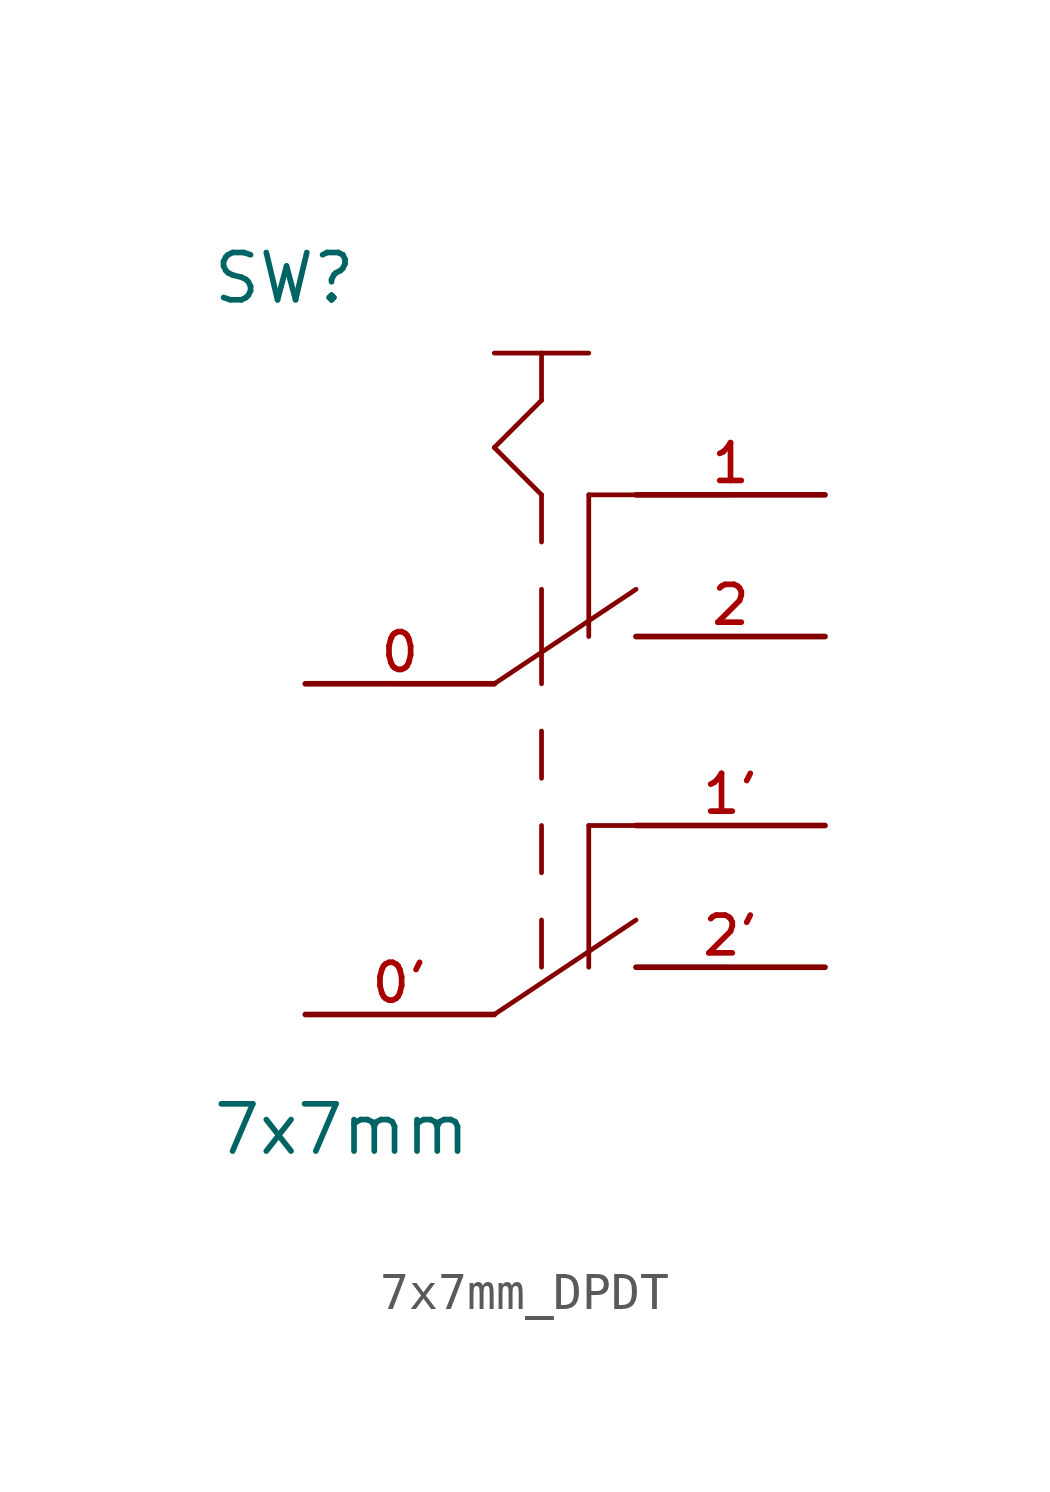
<source format=kicad_sym>
(kicad_symbol_lib
  (version 20231120)
  (generator "kicad_symbol_editor")
  (generator_version "8.0")
  (symbol "7x7mm_DPDT"
    (pin_names
      (offset 1.016) hide)
    (property "Reference" "SW"
      (at -8.89 3.81 0)
      (effects (font (size 1.27 1.27)) (justify left bottom)))
    (property "Value" "7x7mm"
      (at -8.89 -19.075 0)
      (effects (font (size 1.27 1.27)) (justify left bottom)))
    (symbol "7x7mm_DPDT_0_0"
      (polyline (pts (xy -1.27 -15.24) (xy -3.81 -15.24)) (stroke (width 0.127) (type solid)) (fill (type none)))
      (polyline (pts (xy -1.27 -6.35) (xy -3.81 -6.35)) (stroke (width 0.127) (type solid)) (fill (type none)))
      (polyline (pts (xy -1.27 0) (xy 0 -1.27)) (stroke (width 0.127) (type solid)) (fill (type none)))
      (polyline (pts (xy -1.27 2.54) (xy 0 2.54)) (stroke (width 0.127) (type solid)) (fill (type none)))
      (polyline (pts (xy 0 -12.7) (xy 0 -13.97)) (stroke (width 0.127) (type solid)) (fill (type none)))
      (polyline (pts (xy 0 -10.16) (xy 0 -11.43)) (stroke (width 0.127) (type solid)) (fill (type none)))
      (polyline (pts (xy 0 -7.62) (xy 0 -8.89)) (stroke (width 0.127) (type solid)) (fill (type none)))
      (polyline (pts (xy 0 -3.81) (xy 0 -6.35)) (stroke (width 0.127) (type solid)) (fill (type none)))
      (polyline (pts (xy 0 -1.27) (xy 0 -2.54)) (stroke (width 0.127) (type solid)) (fill (type none)))
      (polyline (pts (xy 0 1.27) (xy -1.27 0)) (stroke (width 0.127) (type solid)) (fill (type none)))
      (polyline (pts (xy 0 2.54) (xy 0 1.27)) (stroke (width 0.127) (type solid)) (fill (type none)))
      (polyline (pts (xy 0 2.54) (xy 1.27 2.54)) (stroke (width 0.127) (type solid)) (fill (type none)))
      (polyline (pts (xy 1.27 -13.97) (xy 1.27 -10.16)) (stroke (width 0.127) (type solid)) (fill (type none)))
      (polyline (pts (xy 1.27 -10.16) (xy 5.08 -10.16)) (stroke (width 0.127) (type solid)) (fill (type none)))
      (polyline (pts (xy 1.27 -1.27) (xy 1.27 -5.08)) (stroke (width 0.127) (type solid)) (fill (type none)))
      (polyline (pts (xy 1.27 -1.27) (xy 5.08 -1.27)) (stroke (width 0.127) (type solid)) (fill (type none)))
      (polyline (pts (xy 2.54 -13.97) (xy 5.08 -13.97)) (stroke (width 0.127) (type solid)) (fill (type none)))
      (polyline (pts (xy 2.54 -12.7) (xy -1.27 -15.24)) (stroke (width 0.127) (type solid)) (fill (type none)))
      (polyline (pts (xy 2.54 -5.08) (xy 5.08 -5.08)) (stroke (width 0.127) (type solid)) (fill (type none)))
      (polyline (pts (xy 2.54 -3.81) (xy -1.27 -6.35)) (stroke (width 0.127) (type solid)) (fill (type none)))
      (pin passive line (at -6.35 -6.35 0) (length 5.08) (name "~" (effects (font (size 1.016 1.016)))) (number "0" (effects (font (size 1.016 1.016)))))
      (pin passive line (at -6.35 -15.24 0) (length 5.08) (name "~" (effects (font (size 1.016 1.016)))) (number "0'" (effects (font (size 1.016 1.016)))))
      (pin passive line (at 7.62 -1.27 180) (length 5.08) (name "~" (effects (font (size 1.016 1.016)))) (number "1" (effects (font (size 1.016 1.016)))))
      (pin passive line (at 7.62 -10.16 180) (length 5.08) (name "~" (effects (font (size 1.016 1.016)))) (number "1'" (effects (font (size 1.016 1.016)))))
      (pin passive line (at 7.62 -5.08 180) (length 5.08) (name "~" (effects (font (size 1.016 1.016)))) (number "2" (effects (font (size 1.016 1.016)))))
      (pin passive line (at 7.62 -13.97 180) (length 5.08) (name "~" (effects (font (size 1.016 1.016)))) (number "2'" (effects (font (size 1.016 1.016))))))))
</source>
